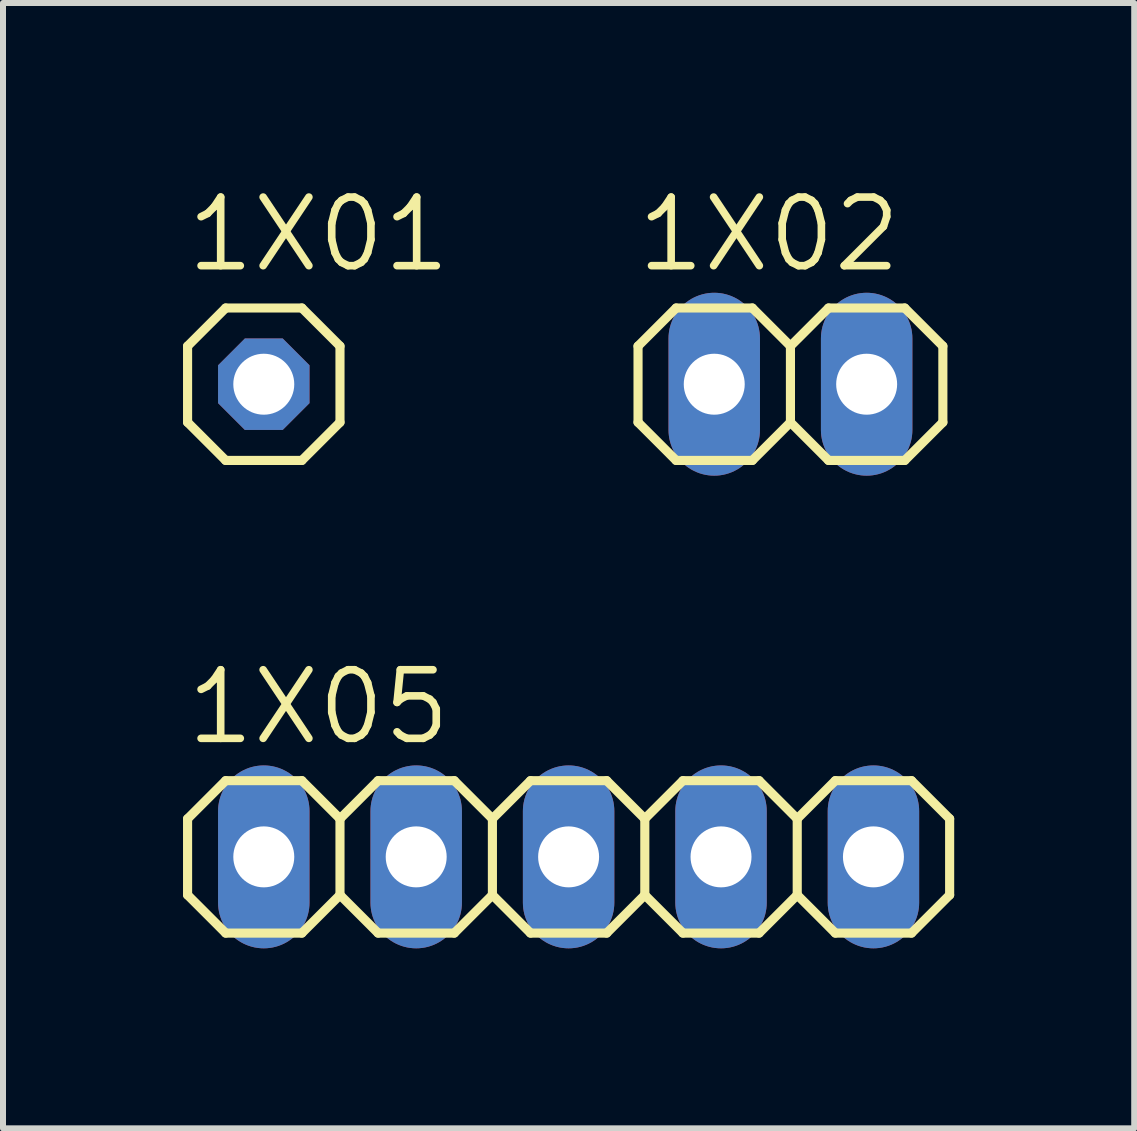
<source format=kicad_pcb>
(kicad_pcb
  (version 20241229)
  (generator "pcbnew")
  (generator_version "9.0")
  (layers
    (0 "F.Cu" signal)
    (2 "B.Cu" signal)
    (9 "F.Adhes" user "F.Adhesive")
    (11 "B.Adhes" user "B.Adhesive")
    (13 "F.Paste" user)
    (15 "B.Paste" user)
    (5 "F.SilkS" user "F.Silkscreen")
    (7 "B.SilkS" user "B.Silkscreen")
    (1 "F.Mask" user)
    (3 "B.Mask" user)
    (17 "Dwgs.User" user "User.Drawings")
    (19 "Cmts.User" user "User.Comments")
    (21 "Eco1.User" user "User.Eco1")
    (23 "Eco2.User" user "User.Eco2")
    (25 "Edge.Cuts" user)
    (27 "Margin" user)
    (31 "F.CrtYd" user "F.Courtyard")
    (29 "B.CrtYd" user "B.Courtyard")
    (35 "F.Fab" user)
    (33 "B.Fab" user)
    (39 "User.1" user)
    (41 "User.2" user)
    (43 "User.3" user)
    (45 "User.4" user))
  (footprint "1X05"
    (layer "F.Cu")
    (at 6.426 11.23)
    (property "Reference" "1X05" (at -6.426 -1.829 0) (layer "F.SilkS") (effects (font (size 1.143 1.143) (thickness 0.127)) (justify left bottom)))
    (fp_line (start -6.35 -0.635) (end -6.35 0.635) (stroke (width 0.152) (type solid)) (layer "F.SilkS"))
    (fp_line (start -6.35 0.635) (end -5.715 1.27) (stroke (width 0.152) (type solid)) (layer "F.SilkS"))
    (fp_line (start -5.715 -1.27) (end -6.35 -0.635) (stroke (width 0.152) (type solid)) (layer "F.SilkS"))
    (fp_line (start -5.715 -1.27) (end -4.445 -1.27) (stroke (width 0.152) (type solid)) (layer "F.SilkS"))
    (fp_line (start -4.445 -1.27) (end -3.81 -0.635) (stroke (width 0.152) (type solid)) (layer "F.SilkS"))
    (fp_line (start -4.445 1.27) (end -5.715 1.27) (stroke (width 0.152) (type solid)) (layer "F.SilkS"))
    (fp_line (start -3.81 -0.635) (end -3.81 0.635) (stroke (width 0.152) (type solid)) (layer "F.SilkS"))
    (fp_line (start -3.81 -0.635) (end -3.175 -1.27) (stroke (width 0.152) (type solid)) (layer "F.SilkS"))
    (fp_line (start -3.81 0.635) (end -4.445 1.27) (stroke (width 0.152) (type solid)) (layer "F.SilkS"))
    (fp_line (start -3.175 -1.27) (end -1.905 -1.27) (stroke (width 0.152) (type solid)) (layer "F.SilkS"))
    (fp_line (start -3.175 1.27) (end -3.81 0.635) (stroke (width 0.152) (type solid)) (layer "F.SilkS"))
    (fp_line (start -1.905 -1.27) (end -1.27 -0.635) (stroke (width 0.152) (type solid)) (layer "F.SilkS"))
    (fp_line (start -1.905 1.27) (end -3.175 1.27) (stroke (width 0.152) (type solid)) (layer "F.SilkS"))
    (fp_line (start -1.27 -0.635) (end -1.27 0.635) (stroke (width 0.152) (type solid)) (layer "F.SilkS"))
    (fp_line (start -1.27 -0.635) (end -0.635 -1.27) (stroke (width 0.152) (type solid)) (layer "F.SilkS"))
    (fp_line (start -1.27 0.635) (end -1.905 1.27) (stroke (width 0.152) (type solid)) (layer "F.SilkS"))
    (fp_line (start -0.635 -1.27) (end 0.635 -1.27) (stroke (width 0.152) (type solid)) (layer "F.SilkS"))
    (fp_line (start -0.635 1.27) (end -1.27 0.635) (stroke (width 0.152) (type solid)) (layer "F.SilkS"))
    (fp_line (start 0.635 -1.27) (end 1.27 -0.635) (stroke (width 0.152) (type solid)) (layer "F.SilkS"))
    (fp_line (start 0.635 1.27) (end -0.635 1.27) (stroke (width 0.152) (type solid)) (layer "F.SilkS"))
    (fp_line (start 1.27 -0.635) (end 1.27 0.635) (stroke (width 0.152) (type solid)) (layer "F.SilkS"))
    (fp_line (start 1.27 0.635) (end 0.635 1.27) (stroke (width 0.152) (type solid)) (layer "F.SilkS"))
    (fp_line (start 1.27 0.635) (end 1.905 1.27) (stroke (width 0.152) (type solid)) (layer "F.SilkS"))
    (fp_line (start 1.905 -1.27) (end 1.27 -0.635) (stroke (width 0.152) (type solid)) (layer "F.SilkS"))
    (fp_line (start 1.905 -1.27) (end 3.175 -1.27) (stroke (width 0.152) (type solid)) (layer "F.SilkS"))
    (fp_line (start 3.175 -1.27) (end 3.81 -0.635) (stroke (width 0.152) (type solid)) (layer "F.SilkS"))
    (fp_line (start 3.175 1.27) (end 1.905 1.27) (stroke (width 0.152) (type solid)) (layer "F.SilkS"))
    (fp_line (start 3.81 -0.635) (end 3.81 0.635) (stroke (width 0.152) (type solid)) (layer "F.SilkS"))
    (fp_line (start 3.81 0.635) (end 3.175 1.27) (stroke (width 0.152) (type solid)) (layer "F.SilkS"))
    (fp_line (start 3.81 0.635) (end 4.445 1.27) (stroke (width 0.152) (type solid)) (layer "F.SilkS"))
    (fp_line (start 4.445 -1.27) (end 3.81 -0.635) (stroke (width 0.152) (type solid)) (layer "F.SilkS"))
    (fp_line (start 4.445 -1.27) (end 5.715 -1.27) (stroke (width 0.152) (type solid)) (layer "F.SilkS"))
    (fp_line (start 5.715 -1.27) (end 6.35 -0.635) (stroke (width 0.152) (type solid)) (layer "F.SilkS"))
    (fp_line (start 5.715 1.27) (end 4.445 1.27) (stroke (width 0.152) (type solid)) (layer "F.SilkS"))
    (fp_line (start 6.35 -0.635) (end 6.35 0.635) (stroke (width 0.152) (type solid)) (layer "F.SilkS"))
    (fp_line (start 6.35 0.635) (end 5.715 1.27) (stroke (width 0.152) (type solid)) (layer "F.SilkS"))
    (fp_poly (pts (xy -5.334 0.254) (xy -4.826 0.254) (xy -4.826 -0.254) (xy -5.334 -0.254)) (stroke (width 0.1) (type solid)) (fill no) (layer "F.Fab"))
    (fp_poly (pts (xy -2.794 0.254) (xy -2.286 0.254) (xy -2.286 -0.254) (xy -2.794 -0.254)) (stroke (width 0.1) (type solid)) (fill no) (layer "F.Fab"))
    (fp_poly (pts (xy -0.254 0.254) (xy 0.254 0.254) (xy 0.254 -0.254) (xy -0.254 -0.254)) (stroke (width 0.1) (type solid)) (fill no) (layer "F.Fab"))
    (fp_poly (pts (xy 2.286 0.254) (xy 2.794 0.254) (xy 2.794 -0.254) (xy 2.286 -0.254)) (stroke (width 0.1) (type solid)) (fill no) (layer "F.Fab"))
    (fp_poly (pts (xy 4.826 0.254) (xy 5.334 0.254) (xy 5.334 -0.254) (xy 4.826 -0.254)) (stroke (width 0.1) (type solid)) (fill no) (layer "F.Fab"))
    (pad "1" thru_hole oval (at -5.08 0 90) (size 3.048 1.524) (drill 1.016) (layers "*.Cu" "*.Mask"))
    (pad "2" thru_hole oval (at -2.54 0 90) (size 3.048 1.524) (drill 1.016) (layers "*.Cu" "*.Mask"))
    (pad "3" thru_hole oval (at 0 0 90) (size 3.048 1.524) (drill 1.016) (layers "*.Cu" "*.Mask"))
    (pad "4" thru_hole oval (at 2.54 0 90) (size 3.048 1.524) (drill 1.016) (layers "*.Cu" "*.Mask"))
    (pad "5" thru_hole oval (at 5.08 0 90) (size 3.048 1.524) (drill 1.016) (layers "*.Cu" "*.Mask")))
  (footprint "1X01"
    (layer "F.Cu")
    (at 1.346 3.353)
    (property "Reference" "1X01" (at -1.346 -1.829 0) (layer "F.SilkS") (effects (font (size 1.143 1.143) (thickness 0.127)) (justify left bottom)))
    (fp_line (start -1.27 -0.635) (end -1.27 0.635) (stroke (width 0.152) (type solid)) (layer "F.SilkS"))
    (fp_line (start -1.27 0.635) (end -0.635 1.27) (stroke (width 0.152) (type solid)) (layer "F.SilkS"))
    (fp_line (start -0.635 -1.27) (end -1.27 -0.635) (stroke (width 0.152) (type solid)) (layer "F.SilkS"))
    (fp_line (start -0.635 -1.27) (end 0.635 -1.27) (stroke (width 0.152) (type solid)) (layer "F.SilkS"))
    (fp_line (start 0.635 -1.27) (end 1.27 -0.635) (stroke (width 0.152) (type solid)) (layer "F.SilkS"))
    (fp_line (start 0.635 1.27) (end -0.635 1.27) (stroke (width 0.152) (type solid)) (layer "F.SilkS"))
    (fp_line (start 1.27 -0.635) (end 1.27 0.635) (stroke (width 0.152) (type solid)) (layer "F.SilkS"))
    (fp_line (start 1.27 0.635) (end 0.635 1.27) (stroke (width 0.152) (type solid)) (layer "F.SilkS"))
    (fp_poly (pts (xy -0.254 0.254) (xy 0.254 0.254) (xy 0.254 -0.254) (xy -0.254 -0.254)) (stroke (width 0.1) (type solid)) (fill no) (layer "F.Fab"))
    (pad "1" thru_hole roundrect (at 0 0) (size 1.524 1.524) (drill 1.016) (layers "*.Cu" "*.Mask") (roundrect_rratio 0.25) (chamfer_ratio 0.293) (chamfer top_left top_right bottom_left bottom_right)))
  (footprint "1X02"
    (layer "F.Cu")
    (at 10.123 3.353)
    (property "Reference" "1X02" (at -2.616 -1.829 0) (layer "F.SilkS") (effects (font (size 1.143 1.143) (thickness 0.127)) (justify left bottom)))
    (fp_line (start -2.54 -0.635) (end -2.54 0.635) (stroke (width 0.152) (type solid)) (layer "F.SilkS"))
    (fp_line (start -2.54 0.635) (end -1.905 1.27) (stroke (width 0.152) (type solid)) (layer "F.SilkS"))
    (fp_line (start -1.905 -1.27) (end -2.54 -0.635) (stroke (width 0.152) (type solid)) (layer "F.SilkS"))
    (fp_line (start -1.905 -1.27) (end -0.635 -1.27) (stroke (width 0.152) (type solid)) (layer "F.SilkS"))
    (fp_line (start -0.635 -1.27) (end 0 -0.635) (stroke (width 0.152) (type solid)) (layer "F.SilkS"))
    (fp_line (start -0.635 1.27) (end -1.905 1.27) (stroke (width 0.152) (type solid)) (layer "F.SilkS"))
    (fp_line (start 0 -0.635) (end 0 0.635) (stroke (width 0.152) (type solid)) (layer "F.SilkS"))
    (fp_line (start 0 -0.635) (end 0.635 -1.27) (stroke (width 0.152) (type solid)) (layer "F.SilkS"))
    (fp_line (start 0 0.635) (end -0.635 1.27) (stroke (width 0.152) (type solid)) (layer "F.SilkS"))
    (fp_line (start 0.635 -1.27) (end 1.905 -1.27) (stroke (width 0.152) (type solid)) (layer "F.SilkS"))
    (fp_line (start 0.635 1.27) (end 0 0.635) (stroke (width 0.152) (type solid)) (layer "F.SilkS"))
    (fp_line (start 1.905 -1.27) (end 2.54 -0.635) (stroke (width 0.152) (type solid)) (layer "F.SilkS"))
    (fp_line (start 1.905 1.27) (end 0.635 1.27) (stroke (width 0.152) (type solid)) (layer "F.SilkS"))
    (fp_line (start 2.54 -0.635) (end 2.54 0.635) (stroke (width 0.152) (type solid)) (layer "F.SilkS"))
    (fp_line (start 2.54 0.635) (end 1.905 1.27) (stroke (width 0.152) (type solid)) (layer "F.SilkS"))
    (fp_poly (pts (xy -1.524 0.254) (xy -1.016 0.254) (xy -1.016 -0.254) (xy -1.524 -0.254)) (stroke (width 0.1) (type solid)) (fill no) (layer "F.Fab"))
    (fp_poly (pts (xy 1.016 0.254) (xy 1.524 0.254) (xy 1.524 -0.254) (xy 1.016 -0.254)) (stroke (width 0.1) (type solid)) (fill no) (layer "F.Fab"))
    (pad "1" thru_hole oval (at -1.27 0 90) (size 3.048 1.524) (drill 1.016) (layers "*.Cu" "*.Mask"))
    (pad "2" thru_hole oval (at 1.27 0 90) (size 3.048 1.524) (drill 1.016) (layers "*.Cu" "*.Mask")))
  (gr_rect
    (start -3 -3)
    (end 15.852 15.754)
    (stroke (width 0.1) (type default))
    (fill no)
    (layer "Edge.Cuts")))
</source>
